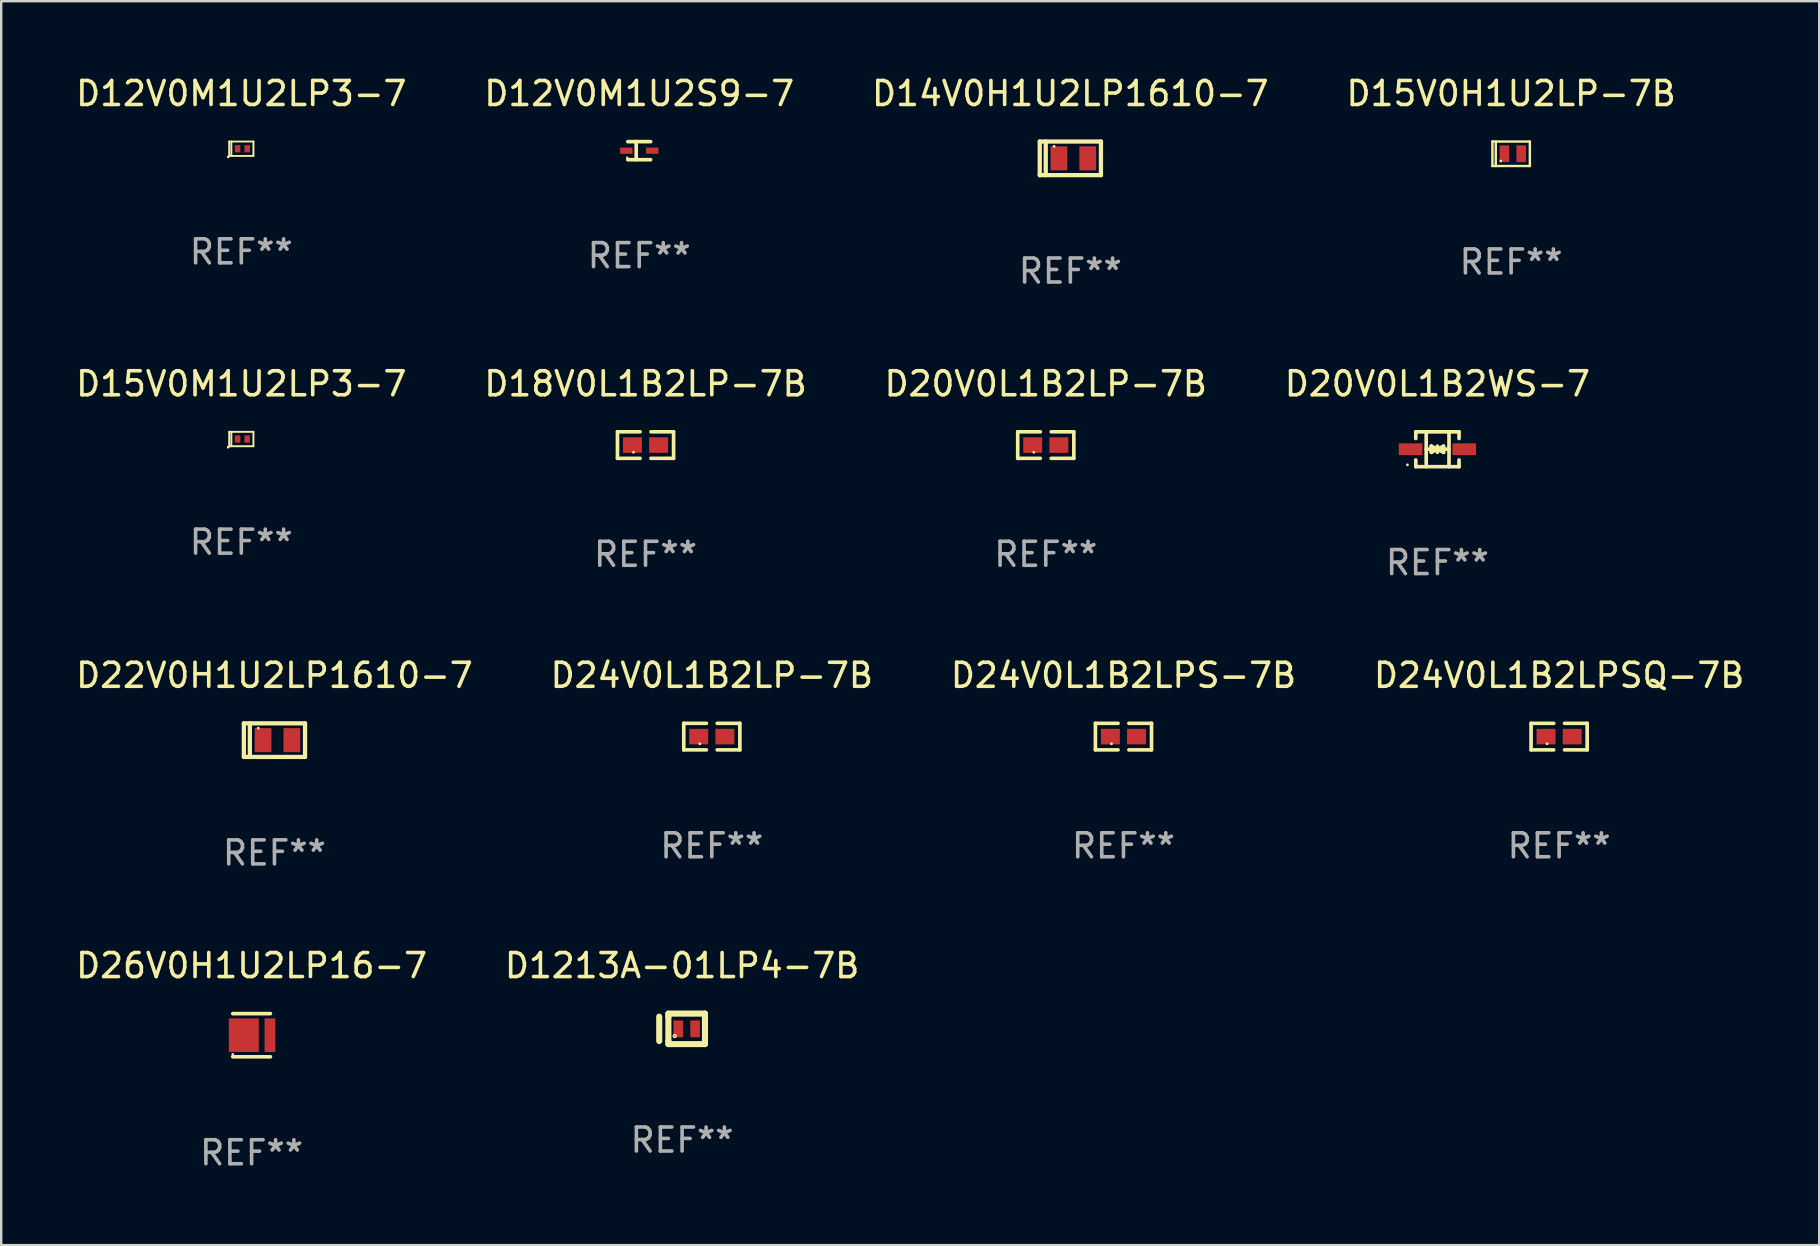
<source format=kicad_pcb>
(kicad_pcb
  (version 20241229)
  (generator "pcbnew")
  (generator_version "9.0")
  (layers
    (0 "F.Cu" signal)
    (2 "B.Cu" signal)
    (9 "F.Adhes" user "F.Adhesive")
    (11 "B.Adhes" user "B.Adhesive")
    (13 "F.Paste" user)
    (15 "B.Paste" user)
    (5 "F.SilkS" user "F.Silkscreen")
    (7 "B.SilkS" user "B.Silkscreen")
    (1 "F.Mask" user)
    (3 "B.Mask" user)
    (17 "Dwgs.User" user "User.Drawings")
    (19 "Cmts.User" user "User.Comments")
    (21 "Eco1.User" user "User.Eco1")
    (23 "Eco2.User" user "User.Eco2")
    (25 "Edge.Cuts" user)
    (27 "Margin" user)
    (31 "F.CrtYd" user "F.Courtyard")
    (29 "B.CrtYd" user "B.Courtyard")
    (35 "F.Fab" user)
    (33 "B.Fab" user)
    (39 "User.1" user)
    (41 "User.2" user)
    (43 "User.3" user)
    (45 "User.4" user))
  (footprint "D12V0M1U2LP3-7"
    (layer "F.Cu")
    (at 7.006 3.148)
    (property "Reference" "D12V0M1U2LP3-7" (at 0 -2.3 0) (layer "F.SilkS") (effects (font (size 1 1) (thickness 0.15))))
    (attr through_hole)
    (fp_line (start -0.505 -0.3) (end -0.505 0.3) (stroke (width 0.08) (type solid)) (layer "F.SilkS"))
    (fp_line (start -0.505 -0.3) (end 0.505 -0.3) (stroke (width 0.08) (type solid)) (layer "F.SilkS"))
    (fp_line (start -0.505 0.3) (end 0.505 0.3) (stroke (width 0.08) (type solid)) (layer "F.SilkS"))
    (fp_line (start -0.415 -0.3) (end -0.415 0.3) (stroke (width 0.08) (type solid)) (layer "F.SilkS"))
    (fp_line (start 0.505 -0.3) (end 0.505 0.3) (stroke (width 0.08) (type solid)) (layer "F.SilkS"))
    (fp_circle (center -0.545 0.34) (end -0.515 0.34) (stroke (width 0.06) (type solid)) (fill no) (layer "F.SilkS"))
    (fp_text user "REF**" (at 0 4.3 0) (layer "F.Fab") (effects (font (size 1 1) (thickness 0.15))))
    (pad "1" smd rect (at -0.155 0 180) (size 0.23 0.3) (layers "F.Cu" "F.Mask" "F.Paste"))
    (pad "2" smd rect (at 0.245 0 180) (size 0.23 0.3) (layers "F.Cu" "F.Mask" "F.Paste")))
  (footprint "D20V0L1B2LP-7B"
    (layer "F.Cu")
    (at 40.53 15.497)
    (property "Reference" "D20V0L1B2LP-7B" (at 0 -2.553 0) (layer "F.SilkS") (effects (font (size 1 1) (thickness 0.15))))
    (attr through_hole)
    (fp_line (start -1.169 -0.553) (end -0.226 -0.553) (stroke (width 0.152) (type solid)) (layer "F.SilkS"))
    (fp_line (start -1.169 0.553) (end -1.169 -0.553) (stroke (width 0.152) (type solid)) (layer "F.SilkS"))
    (fp_line (start -0.226 0.553) (end -1.169 0.553) (stroke (width 0.152) (type solid)) (layer "F.SilkS"))
    (fp_line (start 0.226 0.553) (end 1.169 0.553) (stroke (width 0.152) (type solid)) (layer "F.SilkS"))
    (fp_line (start 1.169 -0.553) (end 0.226 -0.553) (stroke (width 0.152) (type solid)) (layer "F.SilkS"))
    (fp_line (start 1.169 0.553) (end 1.169 -0.553) (stroke (width 0.152) (type solid)) (layer "F.SilkS"))
    (fp_circle (center -0.5 0.3) (end -0.47 0.3) (stroke (width 0.06) (type solid)) (fill no) (layer "F.SilkS"))
    (fp_text user "REF**" (at 0 4.553 0) (layer "F.Fab") (effects (font (size 1 1) (thickness 0.15))))
    (pad "1" smd rect (at -0.545 0) (size 0.79 0.648) (layers "F.Cu" "F.Mask" "F.Paste"))
    (pad "2" smd rect (at 0.545 0) (size 0.79 0.648) (layers "F.Cu" "F.Mask" "F.Paste")))
  (footprint "D15V0M1U2LP3-7"
    (layer "F.Cu")
    (at 7.006 15.245)
    (property "Reference" "D15V0M1U2LP3-7" (at 0 -2.3 0) (layer "F.SilkS") (effects (font (size 1 1) (thickness 0.15))))
    (attr through_hole)
    (fp_line (start -0.505 -0.3) (end -0.505 0.3) (stroke (width 0.08) (type solid)) (layer "F.SilkS"))
    (fp_line (start -0.505 -0.3) (end 0.505 -0.3) (stroke (width 0.08) (type solid)) (layer "F.SilkS"))
    (fp_line (start -0.505 0.3) (end 0.505 0.3) (stroke (width 0.08) (type solid)) (layer "F.SilkS"))
    (fp_line (start -0.415 -0.3) (end -0.415 0.3) (stroke (width 0.08) (type solid)) (layer "F.SilkS"))
    (fp_line (start 0.505 -0.3) (end 0.505 0.3) (stroke (width 0.08) (type solid)) (layer "F.SilkS"))
    (fp_circle (center -0.545 0.34) (end -0.515 0.34) (stroke (width 0.06) (type solid)) (fill no) (layer "F.SilkS"))
    (fp_text user "REF**" (at 0 4.3 0) (layer "F.Fab") (effects (font (size 1 1) (thickness 0.15))))
    (pad "1" smd rect (at -0.155 0 180) (size 0.23 0.3) (layers "F.Cu" "F.Mask" "F.Paste"))
    (pad "2" smd rect (at 0.245 0 180) (size 0.23 0.3) (layers "F.Cu" "F.Mask" "F.Paste")))
  (footprint "D22V0H1U2LP1610-7"
    (layer "F.Cu")
    (at 8.387 27.794)
    (property "Reference" "D22V0H1U2LP1610-7" (at 0 -2.7 0) (layer "F.SilkS") (effects (font (size 1 1) (thickness 0.15))))
    (attr through_hole)
    (fp_line (start -1.275 -0.7) (end -1.275 0.7) (stroke (width 0.178) (type solid)) (layer "F.SilkS"))
    (fp_line (start -1.275 -0.7) (end 1.275 -0.7) (stroke (width 0.178) (type solid)) (layer "F.SilkS"))
    (fp_line (start -1.275 0.7) (end 1.275 0.7) (stroke (width 0.178) (type solid)) (layer "F.SilkS"))
    (fp_line (start -1.025 -0.7) (end -1.025 0.7) (stroke (width 0.178) (type solid)) (layer "F.SilkS"))
    (fp_line (start 1.275 -0.7) (end 1.275 0.7) (stroke (width 0.178) (type solid)) (layer "F.SilkS"))
    (fp_circle (center -0.675 -0.5) (end -0.645 -0.5) (stroke (width 0.06) (type solid)) (fill no) (layer "F.SilkS"))
    (fp_text user "REF**" (at 0 4.7 0) (layer "F.Fab") (effects (font (size 1 1) (thickness 0.15))))
    (pad "1" smd rect (at -0.475 0 90) (size 1 0.7) (layers "F.Cu" "F.Mask" "F.Paste"))
    (pad "2" smd rect (at 0.725 0 90) (size 1 0.7) (layers "F.Cu" "F.Mask" "F.Paste")))
  (footprint "D15V0H1U2LP-7B"
    (layer "F.Cu")
    (at 59.923 3.358)
    (property "Reference" "D15V0H1U2LP-7B" (at 0 -2.51 0) (layer "F.SilkS") (effects (font (size 1 1) (thickness 0.15))))
    (attr through_hole)
    (fp_line (start -0.78 -0.51) (end -0.78 0.51) (stroke (width 0.102) (type solid)) (layer "F.SilkS"))
    (fp_line (start -0.78 -0.51) (end 0.78 -0.51) (stroke (width 0.102) (type solid)) (layer "F.SilkS"))
    (fp_line (start -0.78 0.51) (end 0.78 0.51) (stroke (width 0.102) (type solid)) (layer "F.SilkS"))
    (fp_line (start -0.64 -0.51) (end -0.64 0.51) (stroke (width 0.102) (type solid)) (layer "F.SilkS"))
    (fp_line (start 0.78 -0.51) (end 0.78 0.51) (stroke (width 0.102) (type solid)) (layer "F.SilkS"))
    (fp_circle (center -0.43 0.3) (end -0.4 0.3) (stroke (width 0.06) (type solid)) (fill no) (layer "F.SilkS"))
    (fp_text user "REF**" (at 0 4.51 0) (layer "F.Fab") (effects (font (size 1 1) (thickness 0.15))))
    (pad "1" smd rect (at -0.28 0) (size 0.4 0.7) (layers "F.Cu" "F.Mask" "F.Paste"))
    (pad "2" smd rect (at 0.42 0) (size 0.4 0.7) (layers "F.Cu" "F.Mask" "F.Paste")))
  (footprint "D18V0L1B2LP-7B"
    (layer "F.Cu")
    (at 23.851 15.497)
    (property "Reference" "D18V0L1B2LP-7B" (at 0 -2.553 0) (layer "F.SilkS") (effects (font (size 1 1) (thickness 0.15))))
    (attr through_hole)
    (fp_line (start -1.169 -0.553) (end -0.226 -0.553) (stroke (width 0.152) (type solid)) (layer "F.SilkS"))
    (fp_line (start -1.169 0.553) (end -1.169 -0.553) (stroke (width 0.152) (type solid)) (layer "F.SilkS"))
    (fp_line (start -0.226 0.553) (end -1.169 0.553) (stroke (width 0.152) (type solid)) (layer "F.SilkS"))
    (fp_line (start 0.226 0.553) (end 1.169 0.553) (stroke (width 0.152) (type solid)) (layer "F.SilkS"))
    (fp_line (start 1.169 -0.553) (end 0.226 -0.553) (stroke (width 0.152) (type solid)) (layer "F.SilkS"))
    (fp_line (start 1.169 0.553) (end 1.169 -0.553) (stroke (width 0.152) (type solid)) (layer "F.SilkS"))
    (fp_circle (center -0.5 0.3) (end -0.47 0.3) (stroke (width 0.06) (type solid)) (fill no) (layer "F.SilkS"))
    (fp_text user "REF**" (at 0 4.553 0) (layer "F.Fab") (effects (font (size 1 1) (thickness 0.15))))
    (pad "1" smd rect (at -0.545 0) (size 0.79 0.648) (layers "F.Cu" "F.Mask" "F.Paste"))
    (pad "2" smd rect (at 0.545 0) (size 0.79 0.648) (layers "F.Cu" "F.Mask" "F.Paste")))
  (footprint "D26V0H1U2LP16-7"
    (layer "F.Cu")
    (at 7.435 40.09)
    (property "Reference" "D26V0H1U2LP16-7" (at 0 -2.9 0) (layer "F.SilkS") (effects (font (size 1 1) (thickness 0.15))))
    (attr through_hole)
    (fp_line (start -0.785 -0.9) (end 0.785 -0.9) (stroke (width 0.152) (type solid)) (layer "F.SilkS"))
    (fp_line (start 0.785 0.9) (end -0.785 0.9) (stroke (width 0.152) (type solid)) (layer "F.SilkS"))
    (fp_circle (center -0.785 0.8) (end -0.755 0.8) (stroke (width 0.06) (type solid)) (fill no) (layer "F.SilkS"))
    (fp_text user "REF**" (at 0 4.9 0) (layer "F.Fab") (effects (font (size 1 1) (thickness 0.15))))
    (pad "1" smd rect (at -0.325 0) (size 1.25 1.4) (layers "F.Cu" "F.Mask" "F.Paste"))
    (pad "2" smd rect (at 0.765 0) (size 0.45 1.4) (layers "F.Cu" "F.Mask" "F.Paste")))
  (footprint "D24V0L1B2LPS-7B"
    (layer "F.Cu")
    (at 43.768 27.646)
    (property "Reference" "D24V0L1B2LPS-7B" (at 0 -2.553 0) (layer "F.SilkS") (effects (font (size 1 1) (thickness 0.15))))
    (attr through_hole)
    (fp_line (start -1.169 -0.553) (end -0.226 -0.553) (stroke (width 0.152) (type solid)) (layer "F.SilkS"))
    (fp_line (start -1.169 0.553) (end -1.169 -0.553) (stroke (width 0.152) (type solid)) (layer "F.SilkS"))
    (fp_line (start -0.226 0.553) (end -1.169 0.553) (stroke (width 0.152) (type solid)) (layer "F.SilkS"))
    (fp_line (start 0.226 0.553) (end 1.169 0.553) (stroke (width 0.152) (type solid)) (layer "F.SilkS"))
    (fp_line (start 1.169 -0.553) (end 0.226 -0.553) (stroke (width 0.152) (type solid)) (layer "F.SilkS"))
    (fp_line (start 1.169 0.553) (end 1.169 -0.553) (stroke (width 0.152) (type solid)) (layer "F.SilkS"))
    (fp_circle (center -0.5 0.3) (end -0.47 0.3) (stroke (width 0.06) (type solid)) (fill no) (layer "F.SilkS"))
    (fp_text user "REF**" (at 0 4.553 0) (layer "F.Fab") (effects (font (size 1 1) (thickness 0.15))))
    (pad "1" smd rect (at -0.545 0) (size 0.79 0.648) (layers "F.Cu" "F.Mask" "F.Paste"))
    (pad "2" smd rect (at 0.545 0) (size 0.79 0.648) (layers "F.Cu" "F.Mask" "F.Paste")))
  (footprint "D24V0L1B2LP-7B"
    (layer "F.Cu")
    (at 26.613 27.646)
    (property "Reference" "D24V0L1B2LP-7B" (at 0 -2.553 0) (layer "F.SilkS") (effects (font (size 1 1) (thickness 0.15))))
    (attr through_hole)
    (fp_line (start -1.169 -0.553) (end -0.226 -0.553) (stroke (width 0.152) (type solid)) (layer "F.SilkS"))
    (fp_line (start -1.169 0.553) (end -1.169 -0.553) (stroke (width 0.152) (type solid)) (layer "F.SilkS"))
    (fp_line (start -0.226 0.553) (end -1.169 0.553) (stroke (width 0.152) (type solid)) (layer "F.SilkS"))
    (fp_line (start 0.226 0.553) (end 1.169 0.553) (stroke (width 0.152) (type solid)) (layer "F.SilkS"))
    (fp_line (start 1.169 -0.553) (end 0.226 -0.553) (stroke (width 0.152) (type solid)) (layer "F.SilkS"))
    (fp_line (start 1.169 0.553) (end 1.169 -0.553) (stroke (width 0.152) (type solid)) (layer "F.SilkS"))
    (fp_circle (center -0.5 0.3) (end -0.47 0.3) (stroke (width 0.06) (type solid)) (fill no) (layer "F.SilkS"))
    (fp_text user "REF**" (at 0 4.553 0) (layer "F.Fab") (effects (font (size 1 1) (thickness 0.15))))
    (pad "1" smd rect (at -0.545 0) (size 0.79 0.648) (layers "F.Cu" "F.Mask" "F.Paste"))
    (pad "2" smd rect (at 0.545 0) (size 0.79 0.648) (layers "F.Cu" "F.Mask" "F.Paste")))
  (footprint "D24V0L1B2LPSQ-7B"
    (layer "F.Cu")
    (at 61.923 27.646)
    (property "Reference" "D24V0L1B2LPSQ-7B" (at 0 -2.553 0) (layer "F.SilkS") (effects (font (size 1 1) (thickness 0.15))))
    (attr through_hole)
    (fp_line (start -1.169 -0.553) (end -0.226 -0.553) (stroke (width 0.152) (type solid)) (layer "F.SilkS"))
    (fp_line (start -1.169 0.553) (end -1.169 -0.553) (stroke (width 0.152) (type solid)) (layer "F.SilkS"))
    (fp_line (start -0.226 0.553) (end -1.169 0.553) (stroke (width 0.152) (type solid)) (layer "F.SilkS"))
    (fp_line (start 0.226 0.553) (end 1.169 0.553) (stroke (width 0.152) (type solid)) (layer "F.SilkS"))
    (fp_line (start 1.169 -0.553) (end 0.226 -0.553) (stroke (width 0.152) (type solid)) (layer "F.SilkS"))
    (fp_line (start 1.169 0.553) (end 1.169 -0.553) (stroke (width 0.152) (type solid)) (layer "F.SilkS"))
    (fp_circle (center -0.5 0.3) (end -0.47 0.3) (stroke (width 0.06) (type solid)) (fill no) (layer "F.SilkS"))
    (fp_text user "REF**" (at 0 4.553 0) (layer "F.Fab") (effects (font (size 1 1) (thickness 0.15))))
    (pad "1" smd rect (at -0.545 0) (size 0.79 0.648) (layers "F.Cu" "F.Mask" "F.Paste"))
    (pad "2" smd rect (at 0.545 0) (size 0.79 0.648) (layers "F.Cu" "F.Mask" "F.Paste")))
  (footprint "D12V0M1U2S9-7"
    (layer "F.Cu")
    (at 23.589 3.227)
    (property "Reference" "D12V0M1U2S9-7" (at 0 -2.379 0) (layer "F.SilkS") (effects (font (size 1 1) (thickness 0.15))))
    (attr through_hole)
    (fp_line (start -0.476 -0.374) (end 0.476 -0.374) (stroke (width 0.152) (type solid)) (layer "F.SilkS"))
    (fp_line (start -0.476 0.379) (end 0.476 0.379) (stroke (width 0.152) (type solid)) (layer "F.SilkS"))
    (fp_line (start -0.127 -0.379) (end -0.127 0.374) (stroke (width 0.152) (type solid)) (layer "F.SilkS"))
    (fp_circle (center -0.5 0.302) (end -0.47 0.302) (stroke (width 0.06) (type solid)) (fill no) (layer "F.SilkS"))
    (fp_text user "REF**" (at 0 4.379 0) (layer "F.Fab") (effects (font (size 1 1) (thickness 0.15))))
    (pad "1" smd rect (at -0.54 0.002 180) (size 0.52 0.26) (layers "F.Cu" "F.Mask" "F.Paste"))
    (pad "2" smd rect (at 0.54 0.002 180) (size 0.52 0.26) (layers "F.Cu" "F.Mask" "F.Paste")))
  (footprint "D20V0L1B2WS-7"
    (layer "F.Cu")
    (at 56.851 15.671)
    (property "Reference" "D20V0L1B2WS-7" (at 0 -2.726 0) (layer "F.SilkS") (effects (font (size 1 1) (thickness 0.15))))
    (attr through_hole)
    (fp_line (start -0.901 -0.726) (end -0.901 -0.448) (stroke (width 0.152) (type solid)) (layer "F.SilkS"))
    (fp_line (start -0.901 0.726) (end -0.901 0.448) (stroke (width 0.152) (type solid)) (layer "F.SilkS"))
    (fp_line (start -0.467 0) (end 0.483 -0.003) (stroke (width 0.154) (type solid)) (layer "F.SilkS"))
    (fp_line (start -0.467 0.726) (end -0.467 -0.726) (stroke (width 0.152) (type solid)) (layer "F.SilkS"))
    (fp_line (start -0.254 -0.127) (end -0.254 -0.127) (stroke (width 0.154) (type solid)) (layer "F.SilkS"))
    (fp_line (start -0.254 -0.127) (end -0.002 -0.003) (stroke (width 0.154) (type solid)) (layer "F.SilkS"))
    (fp_line (start -0.254 0.127) (end -0.254 -0.127) (stroke (width 0.154) (type solid)) (layer "F.SilkS"))
    (fp_line (start -0.127 0) (end 0.003 0) (stroke (width 0.154) (type solid)) (layer "F.SilkS"))
    (fp_line (start -0.003 0) (end -0.254 0.127) (stroke (width 0.154) (type solid)) (layer "F.SilkS"))
    (fp_line (start 0 -0.127) (end 0 0.127) (stroke (width 0.154) (type solid)) (layer "F.SilkS"))
    (fp_line (start 0.003 0) (end 0.254 -0.127) (stroke (width 0.154) (type solid)) (layer "F.SilkS"))
    (fp_line (start 0.127 0) (end -0.003 0) (stroke (width 0.154) (type solid)) (layer "F.SilkS"))
    (fp_line (start 0.254 -0.127) (end 0.254 0.127) (stroke (width 0.154) (type solid)) (layer "F.SilkS"))
    (fp_line (start 0.254 0.127) (end 0.002 0.003) (stroke (width 0.154) (type solid)) (layer "F.SilkS"))
    (fp_line (start 0.254 0.127) (end 0.254 0.127) (stroke (width 0.154) (type solid)) (layer "F.SilkS"))
    (fp_line (start 0.483 0.726) (end 0.483 -0.726) (stroke (width 0.152) (type solid)) (layer "F.SilkS"))
    (fp_line (start 0.901 -0.726) (end -0.901 -0.726) (stroke (width 0.152) (type solid)) (layer "F.SilkS"))
    (fp_line (start 0.901 -0.726) (end 0.901 -0.448) (stroke (width 0.152) (type solid)) (layer "F.SilkS"))
    (fp_line (start 0.901 0.726) (end -0.901 0.726) (stroke (width 0.152) (type solid)) (layer "F.SilkS"))
    (fp_line (start 0.901 0.726) (end 0.901 0.448) (stroke (width 0.152) (type solid)) (layer "F.SilkS"))
    (fp_circle (center -1.25 0.65) (end -1.22 0.65) (stroke (width 0.06) (type solid)) (fill no) (layer "F.SilkS"))
    (fp_text user "REF**" (at 0 4.726 0) (layer "F.Fab") (effects (font (size 1 1) (thickness 0.15))))
    (pad "1" smd rect (at -1.118 0) (size 0.985 0.49) (layers "F.Cu" "F.Mask" "F.Paste"))
    (pad "2" smd rect (at 1.118 0) (size 0.985 0.49) (layers "F.Cu" "F.Mask" "F.Paste")))
  (footprint "D1213A-01LP4-7B"
    (layer "F.Cu")
    (at 25.375 39.825)
    (property "Reference" "D1213A-01LP4-7B" (at 0 -2.635 0) (layer "F.SilkS") (effects (font (size 1 1) (thickness 0.15))))
    (attr through_hole)
    (fp_line (start -0.953 -0.508) (end -0.953 0.508) (stroke (width 0.254) (type solid)) (layer "F.SilkS"))
    (fp_line (start -0.572 -0.635) (end -0.572 -0.508) (stroke (width 0.254) (type solid)) (layer "F.SilkS"))
    (fp_line (start -0.572 -0.508) (end -0.572 0.508) (stroke (width 0.254) (type solid)) (layer "F.SilkS"))
    (fp_line (start -0.572 0.508) (end -0.572 0.635) (stroke (width 0.254) (type solid)) (layer "F.SilkS"))
    (fp_line (start -0.572 0.635) (end 0.953 0.635) (stroke (width 0.254) (type solid)) (layer "F.SilkS"))
    (fp_line (start 0.953 -0.635) (end -0.572 -0.635) (stroke (width 0.254) (type solid)) (layer "F.SilkS"))
    (fp_line (start 0.953 0.635) (end 0.953 -0.635) (stroke (width 0.254) (type solid)) (layer "F.SilkS"))
    (fp_circle (center -0.309 0.3) (end -0.28 0.3) (stroke (width 0.06) (type solid)) (fill no) (layer "F.SilkS"))
    (fp_text user "REF**" (at 0 4.635 0) (layer "F.Fab") (effects (font (size 1 1) (thickness 0.15))))
    (pad "1" smd rect (at -0.16 0) (size 0.4 0.7) (layers "F.Cu" "F.Mask" "F.Paste"))
    (pad "2" smd rect (at 0.541 0) (size 0.4 0.7) (layers "F.Cu" "F.Mask" "F.Paste")))
  (footprint "D14V0H1U2LP1610-7"
    (layer "F.Cu")
    (at 41.554 3.548)
    (property "Reference" "D14V0H1U2LP1610-7" (at 0 -2.7 0) (layer "F.SilkS") (effects (font (size 1 1) (thickness 0.15))))
    (attr through_hole)
    (fp_line (start -1.275 -0.7) (end -1.275 0.7) (stroke (width 0.178) (type solid)) (layer "F.SilkS"))
    (fp_line (start -1.275 -0.7) (end 1.275 -0.7) (stroke (width 0.178) (type solid)) (layer "F.SilkS"))
    (fp_line (start -1.275 0.7) (end 1.275 0.7) (stroke (width 0.178) (type solid)) (layer "F.SilkS"))
    (fp_line (start -1.025 -0.7) (end -1.025 0.7) (stroke (width 0.178) (type solid)) (layer "F.SilkS"))
    (fp_line (start 1.275 -0.7) (end 1.275 0.7) (stroke (width 0.178) (type solid)) (layer "F.SilkS"))
    (fp_circle (center -0.675 -0.5) (end -0.645 -0.5) (stroke (width 0.06) (type solid)) (fill no) (layer "F.SilkS"))
    (fp_text user "REF**" (at 0 4.7 0) (layer "F.Fab") (effects (font (size 1 1) (thickness 0.15))))
    (pad "1" smd rect (at -0.475 0 90) (size 1 0.7) (layers "F.Cu" "F.Mask" "F.Paste"))
    (pad "2" smd rect (at 0.725 0 90) (size 1 0.7) (layers "F.Cu" "F.Mask" "F.Paste")))
  (gr_rect
    (start -3 -3)
    (end 72.762 48.838)
    (stroke (width 0.1) (type default))
    (fill no)
    (layer "Edge.Cuts")))
</source>
